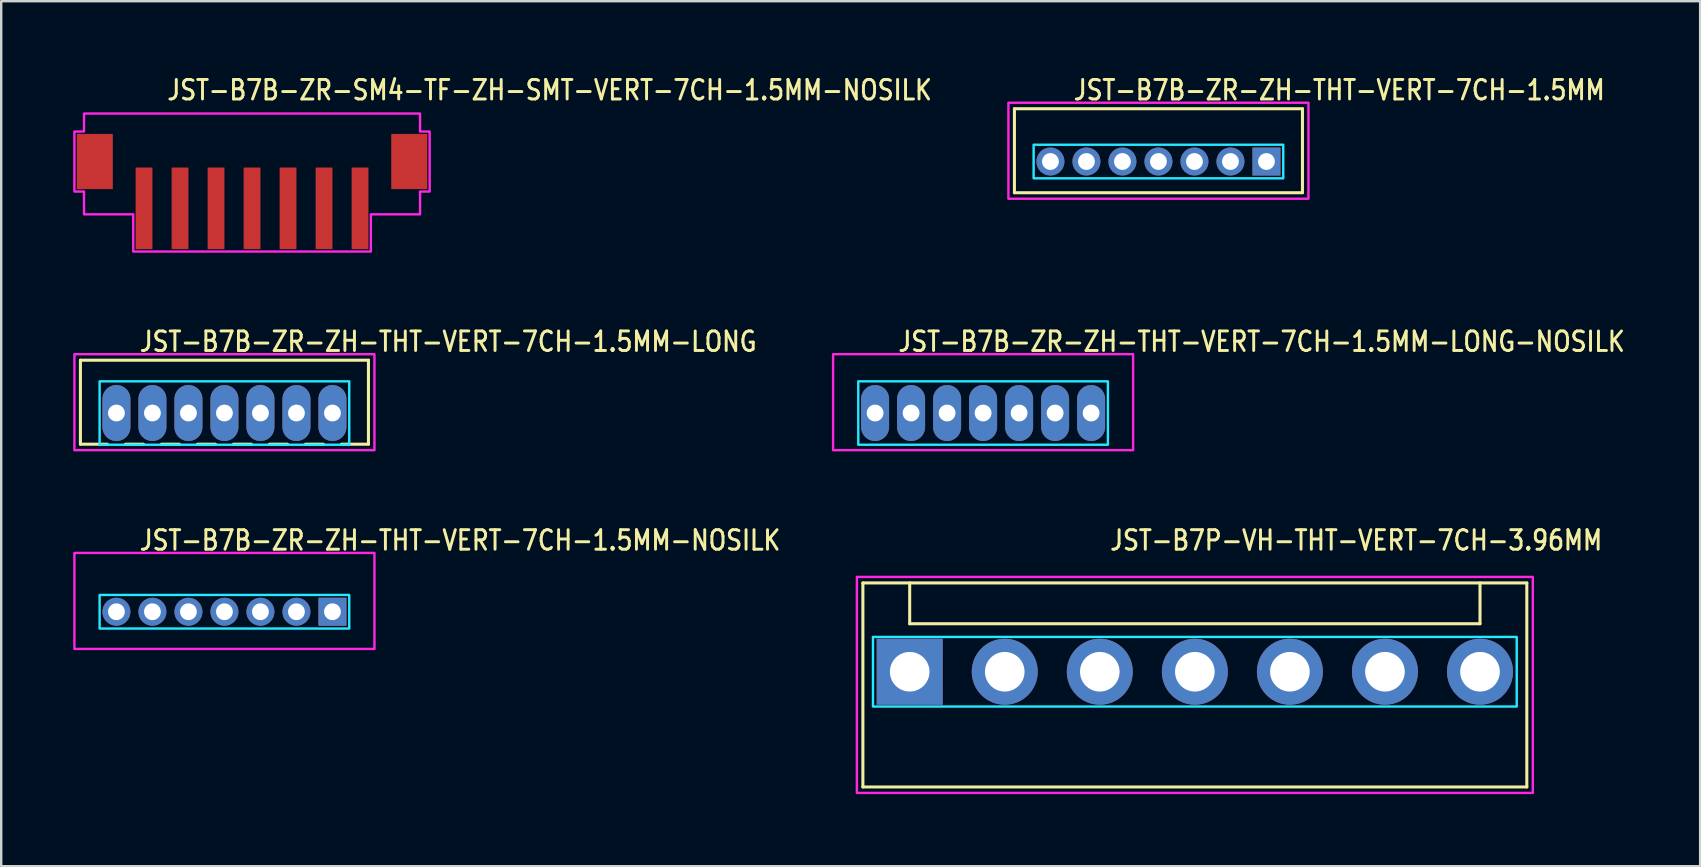
<source format=kicad_pcb>
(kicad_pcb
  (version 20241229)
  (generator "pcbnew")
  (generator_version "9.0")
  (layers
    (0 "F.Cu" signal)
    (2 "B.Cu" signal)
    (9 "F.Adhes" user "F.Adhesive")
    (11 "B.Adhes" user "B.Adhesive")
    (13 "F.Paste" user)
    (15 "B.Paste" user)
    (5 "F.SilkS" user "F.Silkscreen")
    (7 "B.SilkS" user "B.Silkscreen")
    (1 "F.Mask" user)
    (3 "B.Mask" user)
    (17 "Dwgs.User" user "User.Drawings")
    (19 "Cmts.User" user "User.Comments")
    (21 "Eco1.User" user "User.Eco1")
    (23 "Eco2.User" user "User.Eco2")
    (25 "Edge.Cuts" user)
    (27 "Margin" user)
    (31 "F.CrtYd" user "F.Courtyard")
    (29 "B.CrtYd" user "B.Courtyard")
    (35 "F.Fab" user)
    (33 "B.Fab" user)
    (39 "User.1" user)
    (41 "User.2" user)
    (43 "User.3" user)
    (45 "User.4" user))
  (footprint "JST-B7P-VH-THT-VERT-7CH-3.96MM"
    (layer "F.Cu")
    (at 46.729 24.936)
    (property "Reference" "JST-B7P-VH-THT-VERT-7CH-3.96MM" (at -3.6 -5 0) (unlocked yes) (layer "F.SilkS") (effects (font (size 0.813 0.695) (thickness 0.122)) (justify left bottom)))
    (fp_line (start -13.83 -3.7) (end 13.83 -3.7) (stroke (width 0.127) (type solid)) (layer "F.SilkS"))
    (fp_line (start -13.83 4.8) (end -13.83 -3.7) (stroke (width 0.127) (type solid)) (layer "F.SilkS"))
    (fp_line (start -13.83 4.8) (end 13.83 4.8) (stroke (width 0.127) (type solid)) (layer "F.SilkS"))
    (fp_line (start -11.88 -3.7) (end -11.88 -2) (stroke (width 0.127) (type solid)) (layer "F.SilkS"))
    (fp_line (start -11.88 -2) (end 11.88 -2) (stroke (width 0.127) (type solid)) (layer "F.SilkS"))
    (fp_line (start 11.88 -3.7) (end 11.88 -2) (stroke (width 0.127) (type solid)) (layer "F.SilkS"))
    (fp_line (start 13.83 -3.7) (end 13.83 4.8) (stroke (width 0.127) (type solid)) (layer "F.SilkS"))
    (fp_poly (pts (xy -13.41 -1.45) (xy -13.41 1.45) (xy 13.41 1.45) (xy 13.41 -1.45)) (stroke (width 0.1) (type solid)) (fill no) (layer "B.CrtYd"))
    (fp_poly (pts (xy -14.08 -3.95) (xy -14.08 5.05) (xy 14.08 5.05) (xy 14.08 -3.95)) (stroke (width 0.1) (type solid)) (fill no) (layer "F.CrtYd"))
    (pad "P$1" thru_hole rect (at -11.88 0) (size 2.75 2.75) (drill 1.65) (layers "*.Cu" "*.Mask"))
    (pad "P$2" thru_hole oval (at -7.92 0) (size 2.75 2.75) (drill 1.65) (layers "*.Cu" "*.Mask"))
    (pad "P$3" thru_hole oval (at -3.96 0) (size 2.75 2.75) (drill 1.65) (layers "*.Cu" "*.Mask"))
    (pad "P$4" thru_hole oval (at 0 0) (size 2.75 2.75) (drill 1.65) (layers "*.Cu" "*.Mask"))
    (pad "P$5" thru_hole oval (at 3.96 0) (size 2.75 2.75) (drill 1.65) (layers "*.Cu" "*.Mask"))
    (pad "P$6" thru_hole oval (at 7.92 0) (size 2.75 2.75) (drill 1.65) (layers "*.Cu" "*.Mask"))
    (pad "P$7" thru_hole oval (at 11.88 0) (size 2.75 2.75) (drill 1.65) (layers "*.Cu" "*.Mask")))
  (footprint "JST-B7B-ZR-ZH-THT-VERT-7CH-1.5MM-NOSILK"
    (layer "F.Cu")
    (at 6.3 22.436)
    (property "Reference" "JST-B7B-ZR-ZH-THT-VERT-7CH-1.5MM-NOSILK" (at -3.6 -2.5 0) (unlocked yes) (layer "F.SilkS") (effects (font (size 0.813 0.695) (thickness 0.122)) (justify left bottom)))
    (fp_poly (pts (xy -5.2 -0.7) (xy -5.2 0.7) (xy 5.2 0.7) (xy 5.2 -0.7)) (stroke (width 0.1) (type solid)) (fill no) (layer "B.CrtYd"))
    (fp_poly (pts (xy -6.25 -2.45) (xy -6.25 1.55) (xy 6.25 1.55) (xy 6.25 -2.45)) (stroke (width 0.1) (type solid)) (fill no) (layer "F.CrtYd"))
    (pad "P$1" thru_hole rect (at 4.5 0) (size 1.167 1.167) (drill 0.7) (layers "*.Cu" "*.Mask"))
    (pad "P$2" thru_hole oval (at 3 0) (size 1.167 1.167) (drill 0.7) (layers "*.Cu" "*.Mask"))
    (pad "P$3" thru_hole oval (at 1.5 0) (size 1.167 1.167) (drill 0.7) (layers "*.Cu" "*.Mask"))
    (pad "P$4" thru_hole oval (at 0 0) (size 1.167 1.167) (drill 0.7) (layers "*.Cu" "*.Mask"))
    (pad "P$5" thru_hole oval (at -1.5 0) (size 1.167 1.167) (drill 0.7) (layers "*.Cu" "*.Mask"))
    (pad "P$6" thru_hole oval (at -3 0) (size 1.167 1.167) (drill 0.7) (layers "*.Cu" "*.Mask"))
    (pad "P$7" thru_hole oval (at -4.5 0) (size 1.167 1.167) (drill 0.7) (layers "*.Cu" "*.Mask")))
  (footprint "JST-B7B-ZR-ZH-THT-VERT-7CH-1.5MM-LONG-NOSILK"
    (layer "F.Cu")
    (at 37.907 14.157)
    (property "Reference" "JST-B7B-ZR-ZH-THT-VERT-7CH-1.5MM-LONG-NOSILK" (at -3.6 -2.5 0) (unlocked yes) (layer "F.SilkS") (effects (font (size 0.813 0.695) (thickness 0.122)) (justify left bottom)))
    (fp_poly (pts (xy -5.2 -1.32) (xy -5.2 1.32) (xy 5.2 1.32) (xy 5.2 -1.32)) (stroke (width 0.1) (type solid)) (fill no) (layer "B.CrtYd"))
    (fp_poly (pts (xy -6.25 -2.45) (xy -6.25 1.55) (xy 6.25 1.55) (xy 6.25 -2.45)) (stroke (width 0.1) (type solid)) (fill no) (layer "F.CrtYd"))
    (pad "P$1" thru_hole oval (at 4.5 0 90) (size 2.333 1.167) (drill 0.7) (layers "*.Cu" "*.Mask"))
    (pad "P$2" thru_hole oval (at 3 0 90) (size 2.333 1.167) (drill 0.7) (layers "*.Cu" "*.Mask"))
    (pad "P$3" thru_hole oval (at 1.5 0 90) (size 2.333 1.167) (drill 0.7) (layers "*.Cu" "*.Mask"))
    (pad "P$4" thru_hole oval (at 0 0 90) (size 2.333 1.167) (drill 0.7) (layers "*.Cu" "*.Mask"))
    (pad "P$5" thru_hole oval (at -1.5 0 90) (size 2.333 1.167) (drill 0.7) (layers "*.Cu" "*.Mask"))
    (pad "P$6" thru_hole oval (at -3 0 90) (size 2.333 1.167) (drill 0.7) (layers "*.Cu" "*.Mask"))
    (pad "P$7" thru_hole oval (at -4.5 0 90) (size 2.333 1.167) (drill 0.7) (layers "*.Cu" "*.Mask")))
  (footprint "JST-B7B-ZR-SM4-TF-ZH-SMT-VERT-7CH-1.5MM-NOSILK"
    (layer "F.Cu")
    (at 7.45 3.679)
    (property "Reference" "JST-B7B-ZR-SM4-TF-ZH-SMT-VERT-7CH-1.5MM-NOSILK" (at -3.6 -2.5 0) (unlocked yes) (layer "F.SilkS") (effects (font (size 0.813 0.695) (thickness 0.122)) (justify left bottom)))
    (fp_poly (pts (xy -7 -2) (xy -7 -1.25) (xy -7.4 -1.25) (xy -7.4 1.25) (xy -7 1.25) (xy -7 2.2) (xy -4.95 2.2) (xy -4.95 3.75) (xy 4.95 3.75) (xy 4.95 2.2) (xy 7 2.2) (xy 7 1.25) (xy 7.4 1.25) (xy 7.4 -1.25) (xy 7 -1.25) (xy 7 -2)) (stroke (width 0.1) (type solid)) (fill no) (layer "F.CrtYd"))
    (pad "P$1" smd rect (at -4.5 1.95) (size 0.7 3.4) (layers "F.Cu" "F.Mask" "F.Paste"))
    (pad "P$2" smd rect (at -3 1.95) (size 0.7 3.4) (layers "F.Cu" "F.Mask" "F.Paste"))
    (pad "P$3" smd rect (at -1.5 1.95) (size 0.7 3.4) (layers "F.Cu" "F.Mask" "F.Paste"))
    (pad "P$4" smd rect (at 0 1.95) (size 0.7 3.4) (layers "F.Cu" "F.Mask" "F.Paste"))
    (pad "P$5" smd rect (at 1.5 1.95) (size 0.7 3.4) (layers "F.Cu" "F.Mask" "F.Paste"))
    (pad "P$6" smd rect (at 3 1.95) (size 0.7 3.4) (layers "F.Cu" "F.Mask" "F.Paste"))
    (pad "P$7" smd rect (at 4.5 1.95) (size 0.7 3.4) (layers "F.Cu" "F.Mask" "F.Paste"))
    (pad "P$8" smd rect (at 6.55 0) (size 1.5 2.3) (layers "F.Cu" "F.Mask" "F.Paste"))
    (pad "P$9" smd rect (at -6.55 0) (size 1.5 2.3) (layers "F.Cu" "F.Mask" "F.Paste")))
  (footprint "JST-B7B-ZR-ZH-THT-VERT-7CH-1.5MM"
    (layer "F.Cu")
    (at 45.212 3.679)
    (property "Reference" "JST-B7B-ZR-ZH-THT-VERT-7CH-1.5MM" (at -3.6 -2.5 0) (unlocked yes) (layer "F.SilkS") (effects (font (size 0.813 0.695) (thickness 0.122)) (justify left bottom)))
    (fp_line (start -6 -2.2) (end 6 -2.2) (stroke (width 0.127) (type solid)) (layer "F.SilkS"))
    (fp_line (start -6 1.3) (end -6 -2.2) (stroke (width 0.127) (type solid)) (layer "F.SilkS"))
    (fp_line (start -6 1.3) (end 6 1.3) (stroke (width 0.127) (type solid)) (layer "F.SilkS"))
    (fp_line (start 6 -2.2) (end 6 1.3) (stroke (width 0.127) (type solid)) (layer "F.SilkS"))
    (fp_poly (pts (xy -5.2 -0.7) (xy -5.2 0.7) (xy 5.2 0.7) (xy 5.2 -0.7)) (stroke (width 0.1) (type solid)) (fill no) (layer "B.CrtYd"))
    (fp_poly (pts (xy -6.25 -2.45) (xy -6.25 1.55) (xy 6.25 1.55) (xy 6.25 -2.45)) (stroke (width 0.1) (type solid)) (fill no) (layer "F.CrtYd"))
    (pad "P$1" thru_hole rect (at 4.5 0) (size 1.167 1.167) (drill 0.7) (layers "*.Cu" "*.Mask"))
    (pad "P$2" thru_hole oval (at 3 0) (size 1.167 1.167) (drill 0.7) (layers "*.Cu" "*.Mask"))
    (pad "P$3" thru_hole oval (at 1.5 0) (size 1.167 1.167) (drill 0.7) (layers "*.Cu" "*.Mask"))
    (pad "P$4" thru_hole oval (at 0 0) (size 1.167 1.167) (drill 0.7) (layers "*.Cu" "*.Mask"))
    (pad "P$5" thru_hole oval (at -1.5 0) (size 1.167 1.167) (drill 0.7) (layers "*.Cu" "*.Mask"))
    (pad "P$6" thru_hole oval (at -3 0) (size 1.167 1.167) (drill 0.7) (layers "*.Cu" "*.Mask"))
    (pad "P$7" thru_hole oval (at -4.5 0) (size 1.167 1.167) (drill 0.7) (layers "*.Cu" "*.Mask")))
  (footprint "JST-B7B-ZR-ZH-THT-VERT-7CH-1.5MM-LONG"
    (layer "F.Cu")
    (at 6.3 14.157)
    (property "Reference" "JST-B7B-ZR-ZH-THT-VERT-7CH-1.5MM-LONG" (at -3.6 -2.5 0) (unlocked yes) (layer "F.SilkS") (effects (font (size 0.813 0.695) (thickness 0.122)) (justify left bottom)))
    (fp_line (start -6 -2.2) (end 6 -2.2) (stroke (width 0.127) (type solid)) (layer "F.SilkS"))
    (fp_line (start -6 1.3) (end -6 -2.2) (stroke (width 0.127) (type solid)) (layer "F.SilkS"))
    (fp_line (start -6 1.3) (end -4.875 1.3) (stroke (width 0.127) (type solid)) (layer "F.SilkS"))
    (fp_line (start -4.125 1.3) (end -3.375 1.3) (stroke (width 0.127) (type solid)) (layer "F.SilkS"))
    (fp_line (start -2.625 1.3) (end -1.875 1.3) (stroke (width 0.127) (type solid)) (layer "F.SilkS"))
    (fp_line (start -1.125 1.3) (end -0.375 1.3) (stroke (width 0.127) (type solid)) (layer "F.SilkS"))
    (fp_line (start 0.375 1.3) (end 1.125 1.3) (stroke (width 0.127) (type solid)) (layer "F.SilkS"))
    (fp_line (start 1.875 1.3) (end 2.625 1.3) (stroke (width 0.127) (type solid)) (layer "F.SilkS"))
    (fp_line (start 3.375 1.3) (end 4.125 1.3) (stroke (width 0.127) (type solid)) (layer "F.SilkS"))
    (fp_line (start 4.875 1.3) (end 6 1.3) (stroke (width 0.127) (type solid)) (layer "F.SilkS"))
    (fp_line (start 6 -2.2) (end 6 1.3) (stroke (width 0.127) (type solid)) (layer "F.SilkS"))
    (fp_poly (pts (xy -5.2 -1.32) (xy -5.2 1.32) (xy 5.2 1.32) (xy 5.2 -1.32)) (stroke (width 0.1) (type solid)) (fill no) (layer "B.CrtYd"))
    (fp_poly (pts (xy -6.25 -2.45) (xy -6.25 1.55) (xy 6.25 1.55) (xy 6.25 -2.45)) (stroke (width 0.1) (type solid)) (fill no) (layer "F.CrtYd"))
    (pad "P$1" thru_hole oval (at 4.5 0 90) (size 2.333 1.167) (drill 0.7) (layers "*.Cu" "*.Mask"))
    (pad "P$2" thru_hole oval (at 3 0 90) (size 2.333 1.167) (drill 0.7) (layers "*.Cu" "*.Mask"))
    (pad "P$3" thru_hole oval (at 1.5 0 90) (size 2.333 1.167) (drill 0.7) (layers "*.Cu" "*.Mask"))
    (pad "P$4" thru_hole oval (at 0 0 90) (size 2.333 1.167) (drill 0.7) (layers "*.Cu" "*.Mask"))
    (pad "P$5" thru_hole oval (at -1.5 0 90) (size 2.333 1.167) (drill 0.7) (layers "*.Cu" "*.Mask"))
    (pad "P$6" thru_hole oval (at -3 0 90) (size 2.333 1.167) (drill 0.7) (layers "*.Cu" "*.Mask"))
    (pad "P$7" thru_hole oval (at -4.5 0 90) (size 2.333 1.167) (drill 0.7) (layers "*.Cu" "*.Mask")))
  (gr_rect
    (start -3 -3)
    (end 67.78 33.036)
    (stroke (width 0.1) (type default))
    (fill no)
    (layer "Edge.Cuts")))
</source>
